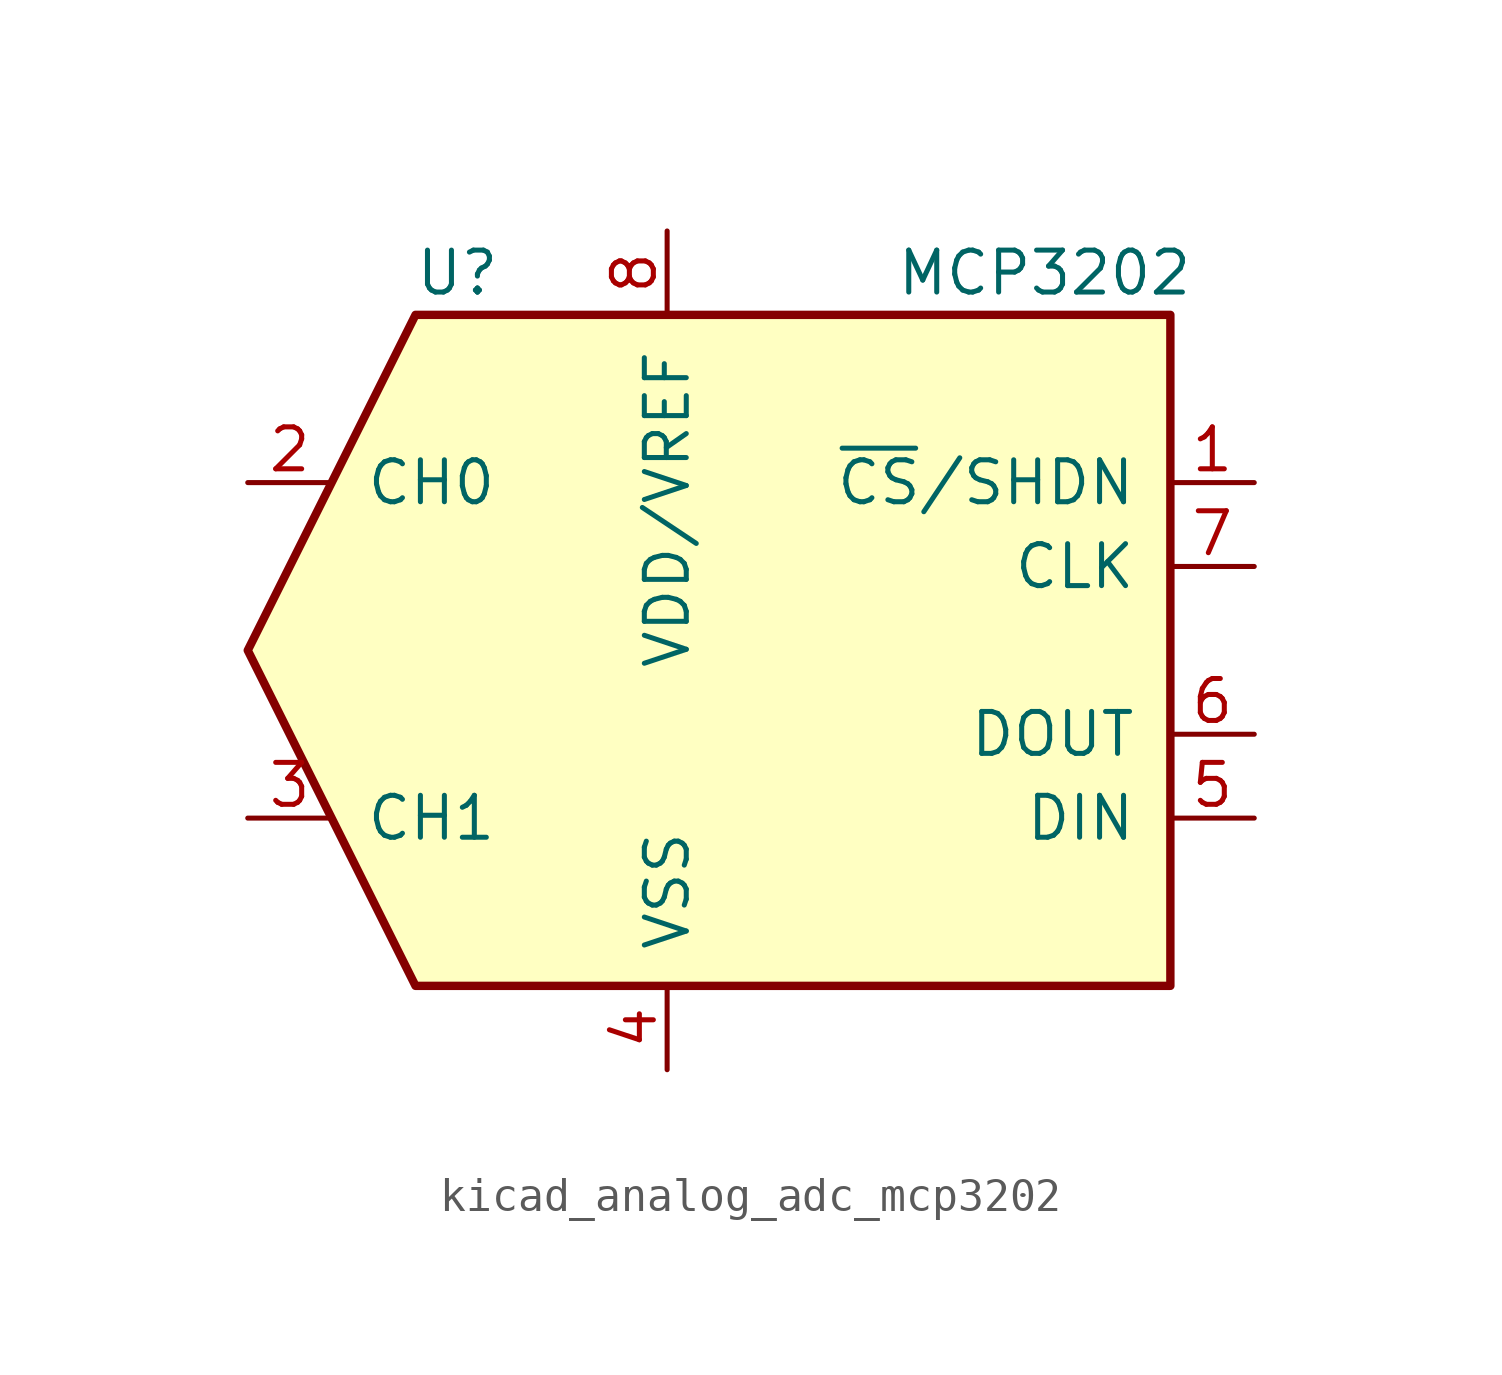
<source format=kicad_sym>
(kicad_symbol_lib
  (version 20220914)
  (generator kicad_symbol_editor)
  (symbol "kicad_analog_adc_mcp3202"
    (pin_names
      (offset 1.016))
    (property "Reference" "U"
      (at -6.35 11.43 0)
      (effects (font (size 1.27 1.27))))
    (property "Value" "MCP3202"
      (at 11.43 11.43 0)
      (effects (font (size 1.27 1.27))))
    (symbol "kicad_analog_adc_mcp3202_0_1"
      (polyline (pts (xy 15.24 10.16) (xy -7.62 10.16) (xy -12.7 0) (xy -7.62 -10.16) (xy 15.24 -10.16) (xy 15.24 10.16)) (stroke (width 0.254) (type default)) (fill (type background))))
    (symbol "kicad_analog_adc_mcp3202_1_1"
      (pin input line (at 17.78 5.08 180) (length 2.54) (name "~{CS}/SHDN" (effects (font (size 1.27 1.27)))) (number "1" (effects (font (size 1.27 1.27)))))
      (pin passive line (at -12.7 5.08 0) (length 2.54) (name "CH0" (effects (font (size 1.27 1.27)))) (number "2" (effects (font (size 1.27 1.27)))))
      (pin passive line (at -12.7 -5.08 0) (length 2.54) (name "CH1" (effects (font (size 1.27 1.27)))) (number "3" (effects (font (size 1.27 1.27)))))
      (pin power_in line (at 0 -12.7 90) (length 2.54) (name "VSS" (effects (font (size 1.27 1.27)))) (number "4" (effects (font (size 1.27 1.27)))))
      (pin input line (at 17.78 -5.08 180) (length 2.54) (name "DIN" (effects (font (size 1.27 1.27)))) (number "5" (effects (font (size 1.27 1.27)))))
      (pin output line (at 17.78 -2.54 180) (length 2.54) (name "DOUT" (effects (font (size 1.27 1.27)))) (number "6" (effects (font (size 1.27 1.27)))))
      (pin input line (at 17.78 2.54 180) (length 2.54) (name "CLK" (effects (font (size 1.27 1.27)))) (number "7" (effects (font (size 1.27 1.27)))))
      (pin power_in line (at 0 12.7 270) (length 2.54) (name "VDD/VREF" (effects (font (size 1.27 1.27)))) (number "8" (effects (font (size 1.27 1.27))))))))
</source>
